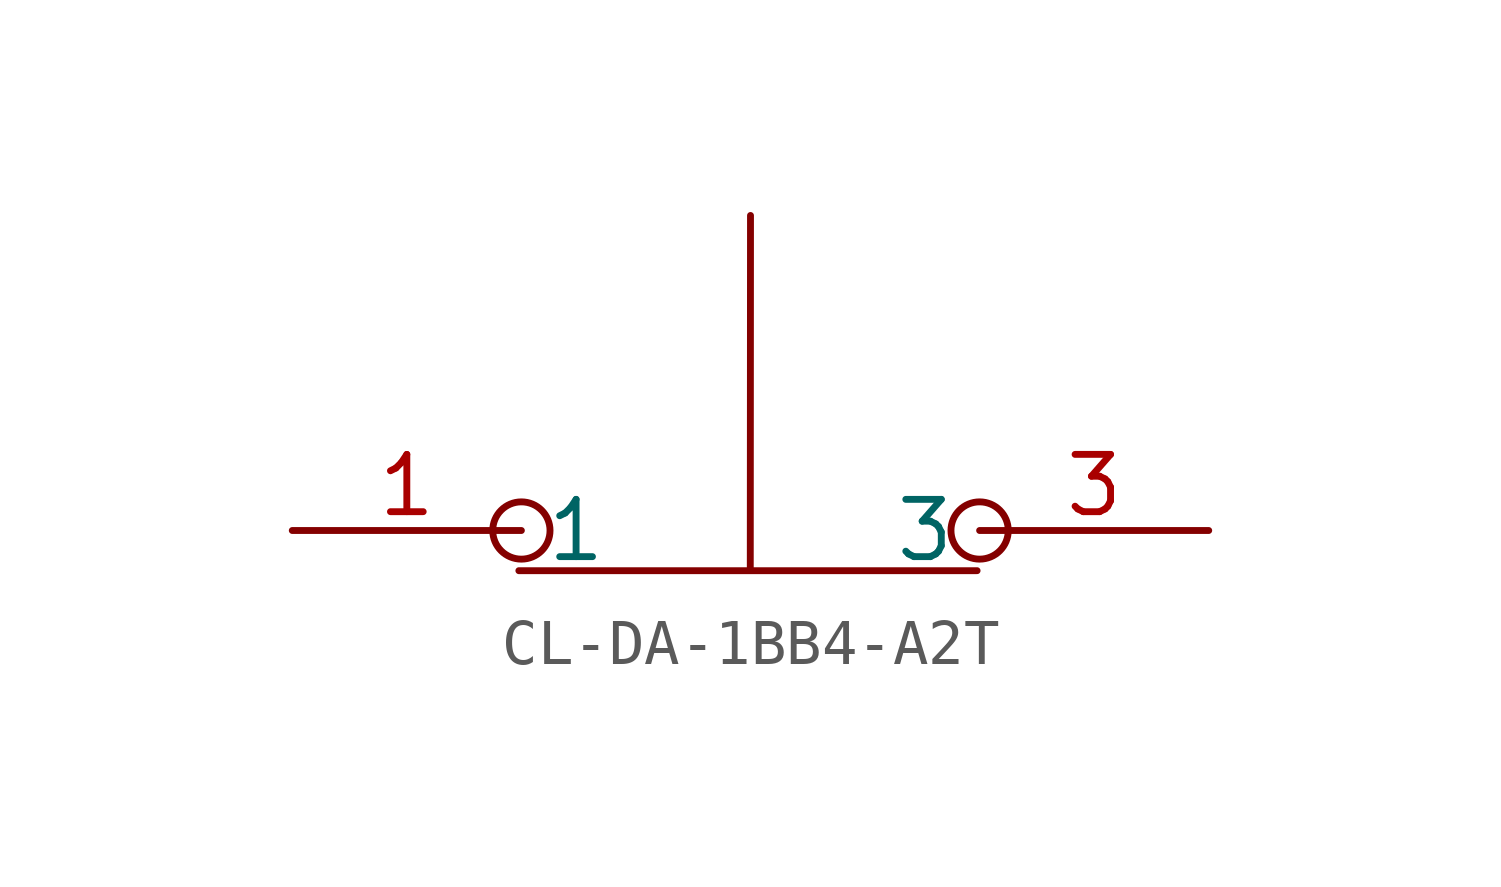
<source format=kicad_sym>
(kicad_symbol_lib
  (version 20241209)
  (generator "kicad_symbol_editor")
  (generator_version "9.0")
  (symbol "CL-DA-1BB4-A2T"
    (property "Reference" "S"
      (at 16.51 7.62 0)
      (effects (font (size 1.27 1.27)) (justify left top) (hide yes)))
    (symbol "CL-DA-1BB4-A2T_0_1"
      (circle (center 5.08 0) (radius 0.635) (stroke (width 0) (type default)) (fill (type none)))
      (polyline (pts (xy 10.155 -0.863) (xy 10.16 6.985)) (stroke (width 0) (type default)) (fill (type none)))
      (polyline (pts (xy 15.184 -0.891) (xy 5.024 -0.891)) (stroke (width 0) (type default)) (fill (type none)))
      (circle (center 15.24 0) (radius 0.635) (stroke (width 0) (type default)) (fill (type none))))
    (symbol "CL-DA-1BB4-A2T_1_1"
      (pin passive line (at 0 0 0) (length 5.08) (name "1" (effects (font (size 1.27 1.27)))) (number "1" (effects (font (size 1.27 1.27)))))
      (pin passive line (at 20.32 0 180) (length 5.08) (name "3" (effects (font (size 1.27 1.27)))) (number "3" (effects (font (size 1.27 1.27))))))))
</source>
